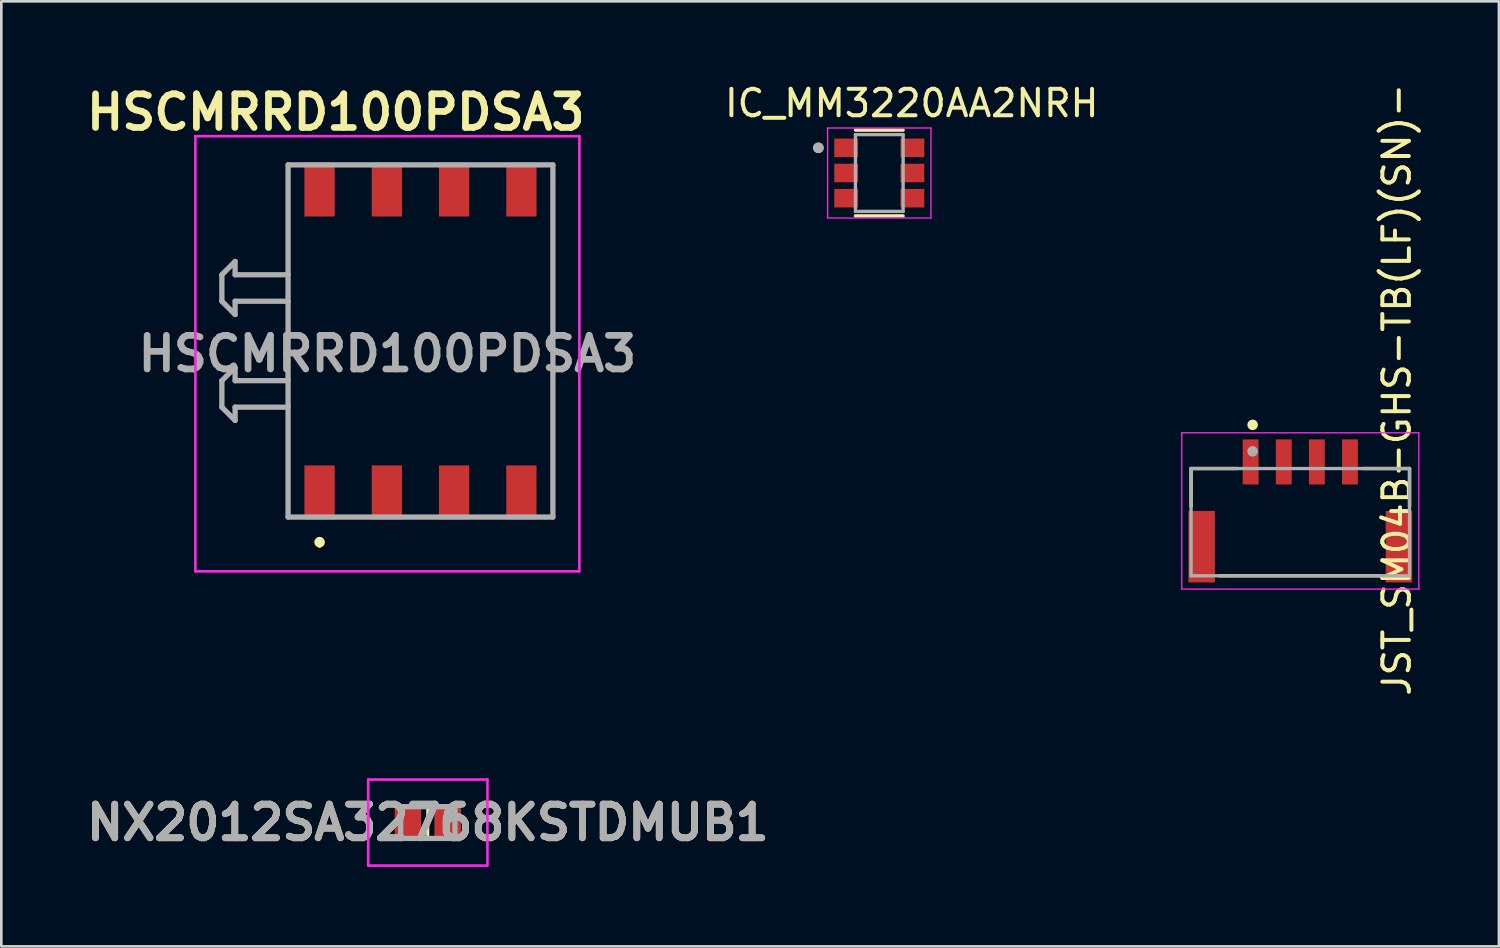
<source format=kicad_pcb>
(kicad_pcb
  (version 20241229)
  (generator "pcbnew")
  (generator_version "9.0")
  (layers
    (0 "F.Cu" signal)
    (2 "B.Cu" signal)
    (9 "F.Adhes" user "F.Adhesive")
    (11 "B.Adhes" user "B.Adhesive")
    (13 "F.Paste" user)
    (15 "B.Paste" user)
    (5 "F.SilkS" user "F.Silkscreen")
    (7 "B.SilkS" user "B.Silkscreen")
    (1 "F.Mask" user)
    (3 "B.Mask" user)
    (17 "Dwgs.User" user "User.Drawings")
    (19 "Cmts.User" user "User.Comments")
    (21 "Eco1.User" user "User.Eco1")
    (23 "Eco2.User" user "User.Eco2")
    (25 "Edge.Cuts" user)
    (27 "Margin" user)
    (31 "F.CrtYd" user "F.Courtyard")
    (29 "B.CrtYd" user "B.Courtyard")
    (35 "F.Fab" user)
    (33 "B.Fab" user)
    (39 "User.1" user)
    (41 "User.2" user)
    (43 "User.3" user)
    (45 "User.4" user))
  (footprint "IC_MM3220AA2NRH"
    (layer "F.Cu")
    (at 30.153 3.483)
    (property "Reference" "IC_MM3220AA2NRH" (at 1.225 -2.635 0) (layer "F.SilkS") (effects (font (size 1 1) (thickness 0.15))))
    (attr smd)
    (fp_line (start 0.9 -1.62) (end -0.9 -1.62) (stroke (width 0.127) (type solid)) (layer "F.SilkS"))
    (fp_line (start 0.9 1.62) (end -0.9 1.62) (stroke (width 0.127) (type solid)) (layer "F.SilkS"))
    (fp_circle (center -2.3 -0.95) (end -2.2 -0.95) (stroke (width 0.2) (type solid)) (fill no) (layer "F.SilkS"))
    (fp_line (start -1.95 -1.7) (end -1.95 1.7) (stroke (width 0.05) (type solid)) (layer "F.CrtYd"))
    (fp_line (start -1.95 1.7) (end 1.95 1.7) (stroke (width 0.05) (type solid)) (layer "F.CrtYd"))
    (fp_line (start 1.95 -1.7) (end -1.95 -1.7) (stroke (width 0.05) (type solid)) (layer "F.CrtYd"))
    (fp_line (start 1.95 1.7) (end 1.95 -1.7) (stroke (width 0.05) (type solid)) (layer "F.CrtYd"))
    (fp_line (start -0.9 -1.45) (end 0.9 -1.45) (stroke (width 0.127) (type solid)) (layer "F.Fab"))
    (fp_line (start -0.9 1.45) (end -0.9 -1.45) (stroke (width 0.127) (type solid)) (layer "F.Fab"))
    (fp_line (start 0.9 -1.45) (end 0.9 1.45) (stroke (width 0.127) (type solid)) (layer "F.Fab"))
    (fp_line (start 0.9 1.45) (end -0.9 1.45) (stroke (width 0.127) (type solid)) (layer "F.Fab"))
    (fp_circle (center -2.3 -0.95) (end -2.2 -0.95) (stroke (width 0.2) (type solid)) (fill no) (layer "F.Fab"))
    (pad "1" smd rect (at -1.25 -0.95) (size 0.9 0.7) (layers "F.Cu" "F.Mask" "F.Paste"))
    (pad "2" smd rect (at -1.25 0) (size 0.9 0.7) (layers "F.Cu" "F.Mask" "F.Paste"))
    (pad "3" smd rect (at -1.25 0.95) (size 0.9 0.7) (layers "F.Cu" "F.Mask" "F.Paste"))
    (pad "4" smd rect (at 1.25 0.95) (size 0.9 0.7) (layers "F.Cu" "F.Mask" "F.Paste"))
    (pad "5" smd rect (at 1.25 0) (size 0.9 0.7) (layers "F.Cu" "F.Mask" "F.Paste"))
    (pad "6" smd rect (at 1.25 -0.95) (size 0.9 0.7) (layers "F.Cu" "F.Mask" "F.Paste")))
  (footprint "NX2012SA32768KSTDMUB1"
    (layer "F.Cu")
    (at 13.105 28.011)
    (property "Reference" "NX2012SA32768KSTDMUB1" (at 0 0 0) (layer "F.SilkS") (effects (font (size 1.27 1.27) (thickness 0.254))))
    (attr smd)
    (fp_line (start 0 -0.6) (end 0 0.6) (stroke (width 0.1) (type solid)) (layer "F.SilkS"))
    (fp_line (start 0 0.6) (end 0 -0.6) (stroke (width 0.1) (type solid)) (layer "F.SilkS"))
    (fp_line (start -2.25 -1.625) (end 2.25 -1.625) (stroke (width 0.1) (type solid)) (layer "F.CrtYd"))
    (fp_line (start -2.25 1.625) (end -2.25 -1.625) (stroke (width 0.1) (type solid)) (layer "F.CrtYd"))
    (fp_line (start 2.25 -1.625) (end 2.25 1.625) (stroke (width 0.1) (type solid)) (layer "F.CrtYd"))
    (fp_line (start 2.25 1.625) (end -2.25 1.625) (stroke (width 0.1) (type solid)) (layer "F.CrtYd"))
    (fp_line (start -1.025 -0.6) (end 1.025 -0.6) (stroke (width 0.2) (type solid)) (layer "F.Fab"))
    (fp_line (start -1.025 0.6) (end -1.025 -0.6) (stroke (width 0.2) (type solid)) (layer "F.Fab"))
    (fp_line (start 1.025 -0.6) (end 1.025 0.6) (stroke (width 0.2) (type solid)) (layer "F.Fab"))
    (fp_line (start 1.025 0.6) (end -1.025 0.6) (stroke (width 0.2) (type solid)) (layer "F.Fab"))
    (fp_text user "${REFERENCE}" (at 0 0 0) (layer "F.Fab") (effects (font (size 1.27 1.27) (thickness 0.254))))
    (pad "1" smd rect (at -0.75 0) (size 1 1.25) (layers "F.Cu" "F.Mask" "F.Paste"))
    (pad "2" smd rect (at 0.75 0) (size 1 1.25) (layers "F.Cu" "F.Mask" "F.Paste")))
  (footprint "HSCMRRD100PDSA3"
    (layer "F.Cu")
    (at 11.578 10.309)
    (property "Reference" "HSCMRRD100PDSA3" (at -1.95 -9.12 0) (layer "F.SilkS") (effects (font (size 1.27 1.27) (thickness 0.254))))
    (attr smd)
    (fp_line (start -3.75 -7.134) (end -3.75 6.016) (stroke (width 0.1) (type solid)) (layer "F.SilkS"))
    (fp_line (start -2.56 7.016) (end -2.56 7.016) (stroke (width 0.2) (type solid)) (layer "F.SilkS"))
    (fp_line (start -2.56 7.216) (end -2.56 7.216) (stroke (width 0.2) (type solid)) (layer "F.SilkS"))
    (fp_line (start 6.25 -7.134) (end 6.25 6.016) (stroke (width 0.1) (type solid)) (layer "F.SilkS"))
    (fp_arc (start -2.56 7.016) (mid -2.46 7.116) (end -2.56 7.216) (stroke (width 0.2) (type solid)) (layer "F.SilkS"))
    (fp_arc (start -2.56 7.216) (mid -2.66 7.116) (end -2.56 7.016) (stroke (width 0.2) (type solid)) (layer "F.SilkS"))
    (fp_line (start -7.25 -8.216) (end 7.25 -8.216) (stroke (width 0.1) (type solid)) (layer "F.CrtYd"))
    (fp_line (start -7.25 8.216) (end -7.25 -8.216) (stroke (width 0.1) (type solid)) (layer "F.CrtYd"))
    (fp_line (start 7.25 -8.216) (end 7.25 8.216) (stroke (width 0.1) (type solid)) (layer "F.CrtYd"))
    (fp_line (start 7.25 8.216) (end -7.25 8.216) (stroke (width 0.1) (type solid)) (layer "F.CrtYd"))
    (fp_line (start -6.25 -2.984) (end -6.25 -1.984) (stroke (width 0.2) (type solid)) (layer "F.Fab"))
    (fp_line (start -6.25 -1.984) (end -5.75 -1.484) (stroke (width 0.2) (type solid)) (layer "F.Fab"))
    (fp_line (start -6.25 1.016) (end -6.25 2.016) (stroke (width 0.2) (type solid)) (layer "F.Fab"))
    (fp_line (start -6.25 2.016) (end -5.75 2.516) (stroke (width 0.2) (type solid)) (layer "F.Fab"))
    (fp_line (start -5.75 -3.484) (end -6.25 -2.984) (stroke (width 0.2) (type solid)) (layer "F.Fab"))
    (fp_line (start -5.75 -2.984) (end -5.75 -3.484) (stroke (width 0.2) (type solid)) (layer "F.Fab"))
    (fp_line (start -5.75 -1.984) (end -3.75 -1.984) (stroke (width 0.2) (type solid)) (layer "F.Fab"))
    (fp_line (start -5.75 -1.484) (end -5.75 -1.984) (stroke (width 0.2) (type solid)) (layer "F.Fab"))
    (fp_line (start -5.75 0.516) (end -6.25 1.016) (stroke (width 0.2) (type solid)) (layer "F.Fab"))
    (fp_line (start -5.75 1.016) (end -5.75 0.516) (stroke (width 0.2) (type solid)) (layer "F.Fab"))
    (fp_line (start -5.75 2.016) (end -3.75 2.016) (stroke (width 0.2) (type solid)) (layer "F.Fab"))
    (fp_line (start -5.75 2.516) (end -5.75 2.016) (stroke (width 0.2) (type solid)) (layer "F.Fab"))
    (fp_line (start -3.75 -7.134) (end 6.25 -7.134) (stroke (width 0.2) (type solid)) (layer "F.Fab"))
    (fp_line (start -3.75 -2.984) (end -5.75 -2.984) (stroke (width 0.2) (type solid)) (layer "F.Fab"))
    (fp_line (start -3.75 1.016) (end -5.75 1.016) (stroke (width 0.2) (type solid)) (layer "F.Fab"))
    (fp_line (start -3.75 6.166) (end -3.75 -7.134) (stroke (width 0.2) (type solid)) (layer "F.Fab"))
    (fp_line (start 6.25 -7.134) (end 6.25 6.166) (stroke (width 0.2) (type solid)) (layer "F.Fab"))
    (fp_line (start 6.25 6.166) (end -3.75 6.166) (stroke (width 0.2) (type solid)) (layer "F.Fab"))
    (fp_text user "${REFERENCE}" (at 0 0 0) (layer "F.Fab") (effects (font (size 1.27 1.27) (thickness 0.254))))
    (pad "1" smd rect (at -2.56 5.232) (size 1.143 2.032) (layers "F.Cu" "F.Mask" "F.Paste"))
    (pad "2" smd rect (at -0.02 5.232) (size 1.143 2.032) (layers "F.Cu" "F.Mask" "F.Paste"))
    (pad "3" smd rect (at 2.52 5.232) (size 1.143 2.032) (layers "F.Cu" "F.Mask" "F.Paste"))
    (pad "4" smd rect (at 5.06 5.232) (size 1.143 2.032) (layers "F.Cu" "F.Mask" "F.Paste"))
    (pad "5" smd rect (at 5.06 -6.2) (size 1.143 2.032) (layers "F.Cu" "F.Mask" "F.Paste"))
    (pad "6" smd rect (at 2.52 -6.2) (size 1.143 2.032) (layers "F.Cu" "F.Mask" "F.Paste"))
    (pad "7" smd rect (at -0.02 -6.2) (size 1.143 2.032) (layers "F.Cu" "F.Mask" "F.Paste"))
    (pad "8" smd rect (at -2.56 -6.2) (size 1.143 2.032) (layers "F.Cu" "F.Mask" "F.Paste")))
  (footprint "JST_SM04B-GHS-TB(LF)(SN)-"
    (layer "F.Cu")
    (at 46.051 16.668)
    (property "Reference" "JST_SM04B-GHS-TB(LF)(SN)-" (at 3.644 -5 270) (layer "F.SilkS") (effects (font (size 1.002 1.002) (thickness 0.15))))
    (attr through_hole)
    (fp_line (start -4.125 -2.025) (end -2.36 -2.025) (stroke (width 0.127) (type solid)) (layer "F.SilkS"))
    (fp_line (start -4.125 -0.605) (end -4.125 -2.025) (stroke (width 0.127) (type solid)) (layer "F.SilkS"))
    (fp_line (start -3.04 2.025) (end 3.05 2.025) (stroke (width 0.127) (type solid)) (layer "F.SilkS"))
    (fp_line (start 4.125 -2.025) (end 2.36 -2.025) (stroke (width 0.127) (type solid)) (layer "F.SilkS"))
    (fp_line (start 4.125 -0.595) (end 4.125 -2.025) (stroke (width 0.127) (type solid)) (layer "F.SilkS"))
    (fp_circle (center -1.8 -3.675) (end -1.7 -3.675) (stroke (width 0.2) (type solid)) (fill no) (layer "F.SilkS"))
    (fp_line (start -4.475 -3.375) (end 4.475 -3.375) (stroke (width 0.05) (type solid)) (layer "F.CrtYd"))
    (fp_line (start -4.475 2.525) (end -4.475 -3.375) (stroke (width 0.05) (type solid)) (layer "F.CrtYd"))
    (fp_line (start 4.475 -3.375) (end 4.475 2.525) (stroke (width 0.05) (type solid)) (layer "F.CrtYd"))
    (fp_line (start 4.475 2.525) (end -4.475 2.525) (stroke (width 0.05) (type solid)) (layer "F.CrtYd"))
    (fp_line (start -4.125 -2.025) (end 4.125 -2.025) (stroke (width 0.127) (type solid)) (layer "F.Fab"))
    (fp_line (start -4.125 2.025) (end -4.125 -2.025) (stroke (width 0.127) (type solid)) (layer "F.Fab"))
    (fp_line (start 4.125 -2.025) (end 4.125 2.025) (stroke (width 0.127) (type solid)) (layer "F.Fab"))
    (fp_line (start 4.125 2.025) (end -4.125 2.025) (stroke (width 0.127) (type solid)) (layer "F.Fab"))
    (fp_circle (center -1.8 -2.675) (end -1.7 -2.675) (stroke (width 0.2) (type solid)) (fill no) (layer "F.Fab"))
    (pad "1" smd rect (at -1.875 -2.275 90) (size 1.7 0.6) (layers "F.Cu" "F.Mask" "F.Paste"))
    (pad "2" smd rect (at -0.625 -2.275 90) (size 1.7 0.6) (layers "F.Cu" "F.Mask" "F.Paste"))
    (pad "3" smd rect (at 0.625 -2.275 90) (size 1.7 0.6) (layers "F.Cu" "F.Mask" "F.Paste"))
    (pad "4" smd rect (at 1.875 -2.275 90) (size 1.7 0.6) (layers "F.Cu" "F.Mask" "F.Paste"))
    (pad "SH1" smd rect (at -3.725 0.925 90) (size 2.7 1) (layers "F.Cu" "F.Mask" "F.Paste"))
    (pad "SH2" smd rect (at 3.725 0.925 90) (size 2.7 1) (layers "F.Cu" "F.Mask" "F.Paste")))
  (gr_rect
    (start -3 -3)
    (end 53.551 32.686)
    (stroke (width 0.1) (type default))
    (fill no)
    (layer "Edge.Cuts")))
</source>
